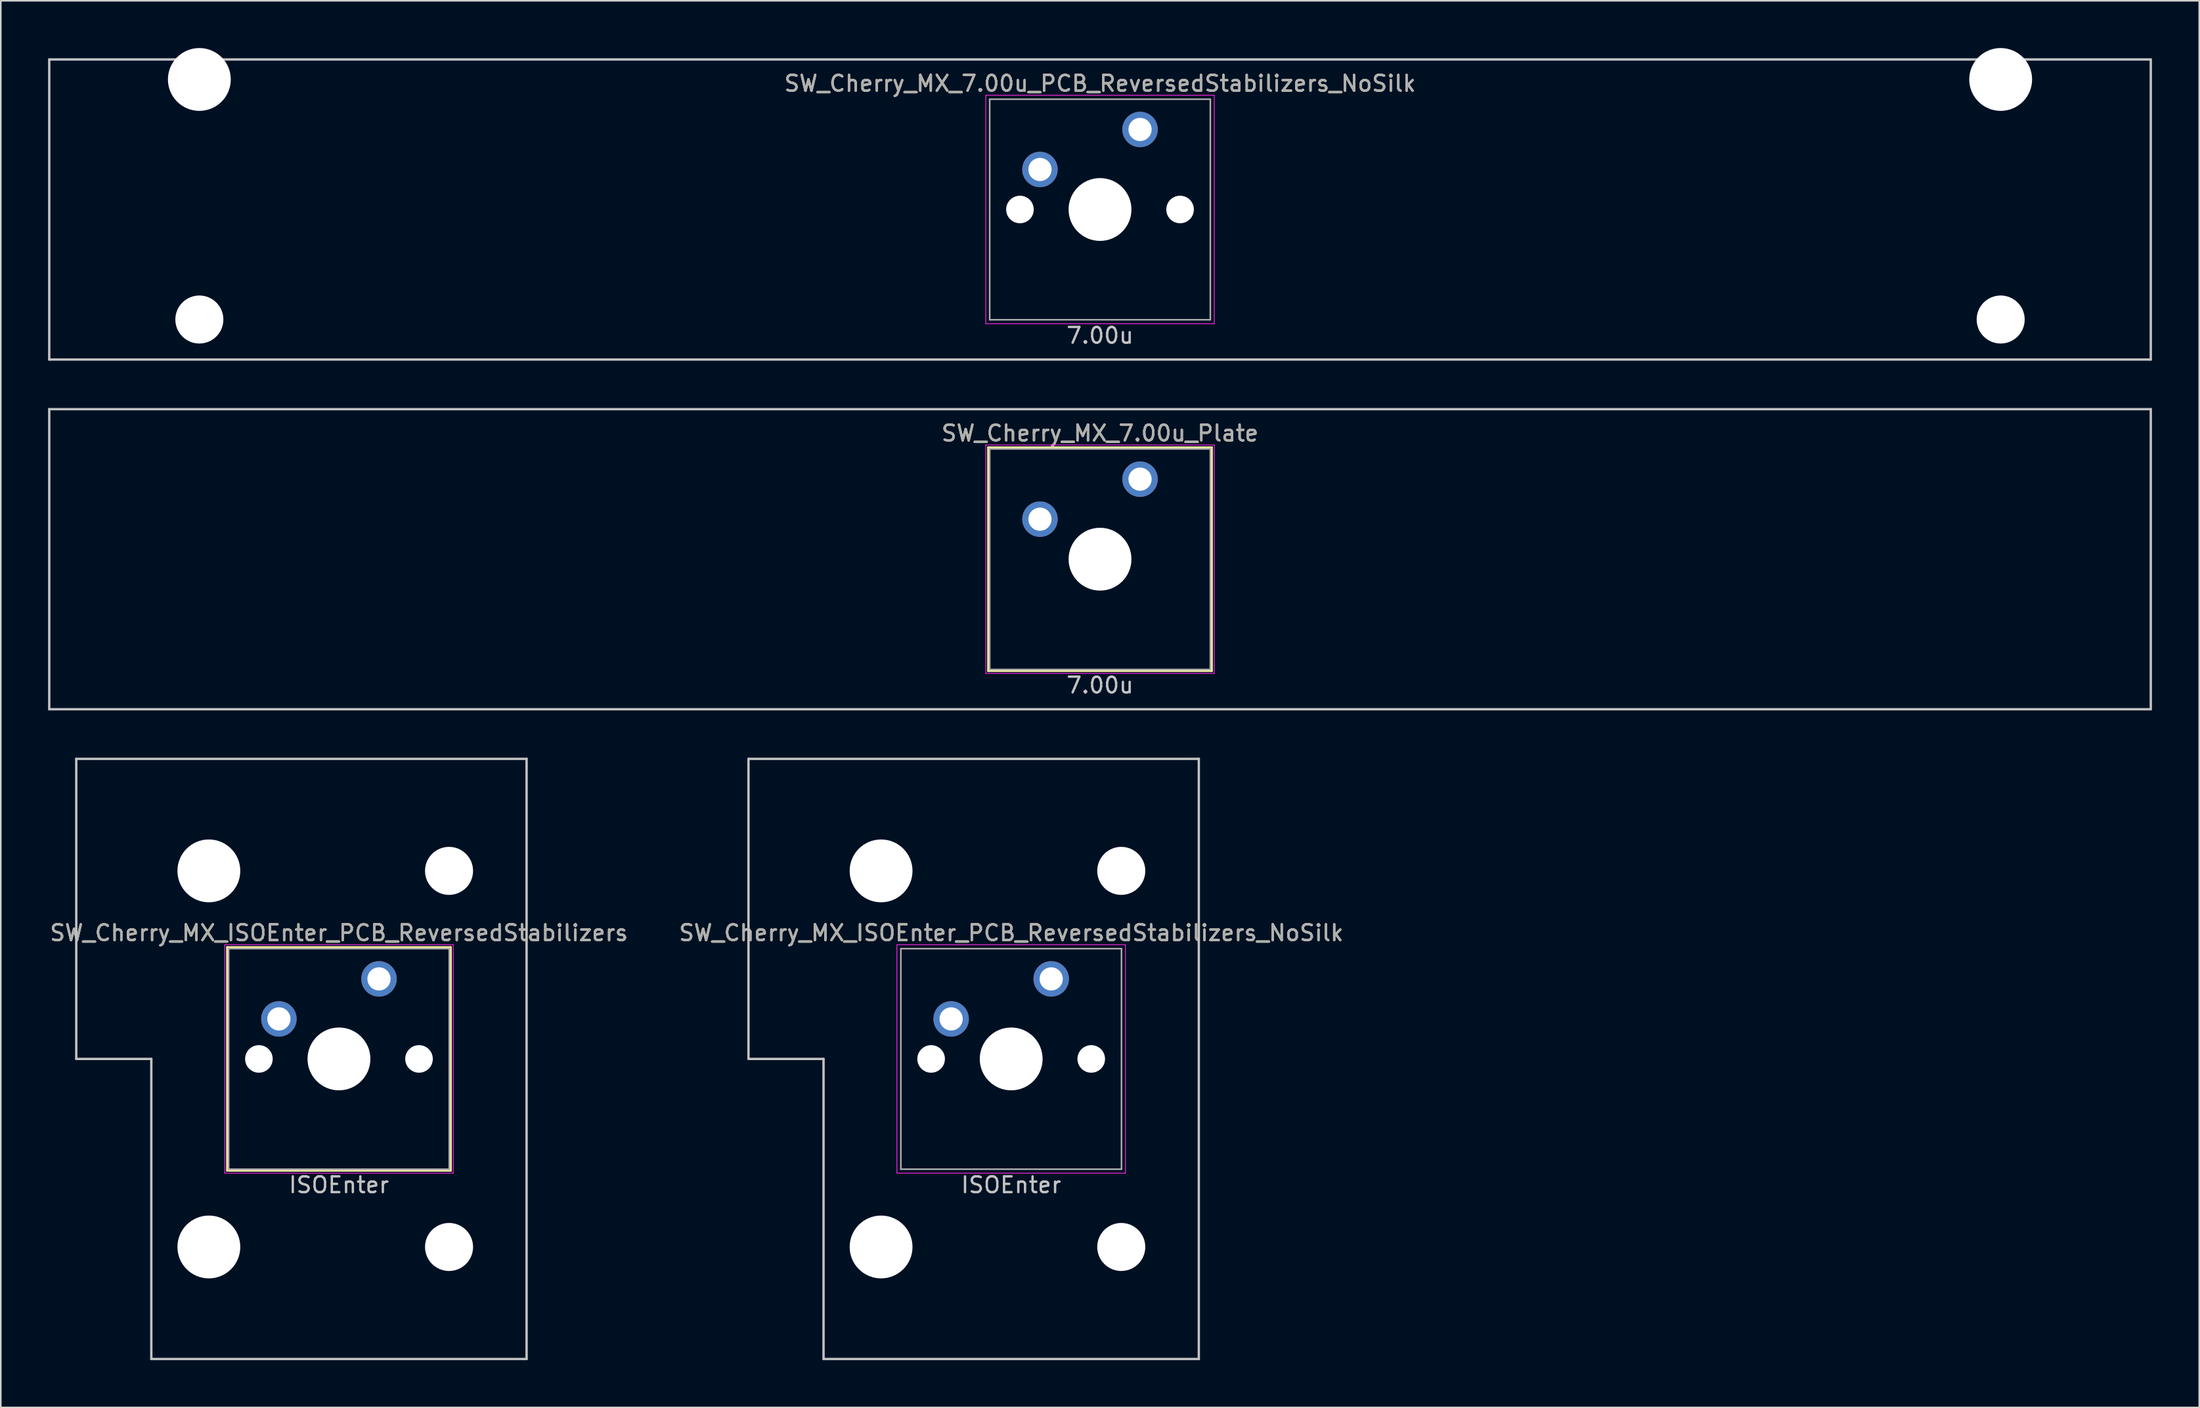
<source format=kicad_pcb>
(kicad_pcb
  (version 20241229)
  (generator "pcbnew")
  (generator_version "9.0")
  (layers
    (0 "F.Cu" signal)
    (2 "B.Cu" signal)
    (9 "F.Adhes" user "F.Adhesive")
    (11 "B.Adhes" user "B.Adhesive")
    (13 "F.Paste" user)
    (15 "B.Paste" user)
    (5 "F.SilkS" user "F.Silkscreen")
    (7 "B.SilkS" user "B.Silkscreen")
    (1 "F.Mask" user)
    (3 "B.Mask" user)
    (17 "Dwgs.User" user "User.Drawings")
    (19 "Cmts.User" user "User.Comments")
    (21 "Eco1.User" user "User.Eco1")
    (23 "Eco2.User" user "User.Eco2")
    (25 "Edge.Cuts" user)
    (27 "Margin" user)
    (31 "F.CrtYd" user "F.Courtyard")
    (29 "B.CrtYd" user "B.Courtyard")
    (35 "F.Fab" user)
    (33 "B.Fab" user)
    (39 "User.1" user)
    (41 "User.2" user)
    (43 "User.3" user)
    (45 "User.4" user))
  (footprint "SW_Cherry_MX_ISOEnter_PCB_ReversedStabilizers_NoSilk"
    (layer "F.Cu")
    (at 61.113 64.174)
    (property "Reference" "SW_Cherry_MX_ISOEnter_PCB_ReversedStabilizers_NoSilk" (at 0 -8 0) (layer "F.SilkS") (effects (font (size 1 1) (thickness 0.15))))
    (attr through_hole)
    (fp_line (start -16.669 -19.05) (end -16.669 0) (stroke (width 0.15) (type solid)) (layer "Dwgs.User"))
    (fp_line (start -16.669 -19.05) (end 11.906 -19.05) (stroke (width 0.15) (type solid)) (layer "Dwgs.User"))
    (fp_line (start -11.906 0) (end -16.669 0) (stroke (width 0.15) (type solid)) (layer "Dwgs.User"))
    (fp_line (start -11.906 19.05) (end -11.906 0) (stroke (width 0.15) (type solid)) (layer "Dwgs.User"))
    (fp_line (start -11.906 19.05) (end 11.906 19.05) (stroke (width 0.15) (type solid)) (layer "Dwgs.User"))
    (fp_line (start 11.906 -19.05) (end 11.906 19.05) (stroke (width 0.15) (type solid)) (layer "Dwgs.User"))
    (fp_line (start -7.25 -7.25) (end 7.25 -7.25) (stroke (width 0.05) (type solid)) (layer "F.CrtYd"))
    (fp_line (start -7.25 7.25) (end -7.25 -7.25) (stroke (width 0.05) (type solid)) (layer "F.CrtYd"))
    (fp_line (start 7.25 -7.25) (end 7.25 7.25) (stroke (width 0.05) (type solid)) (layer "F.CrtYd"))
    (fp_line (start 7.25 7.25) (end -7.25 7.25) (stroke (width 0.05) (type solid)) (layer "F.CrtYd"))
    (fp_line (start -7 -7) (end 7 -7) (stroke (width 0.1) (type solid)) (layer "F.Fab"))
    (fp_line (start -7 7) (end -7 -7) (stroke (width 0.1) (type solid)) (layer "F.Fab"))
    (fp_line (start 7 -7) (end 7 7) (stroke (width 0.1) (type solid)) (layer "F.Fab"))
    (fp_line (start 7 7) (end -7 7) (stroke (width 0.1) (type solid)) (layer "F.Fab"))
    (fp_text user "ISOEnter" (at 0 8 0) (layer "Dwgs.User") (effects (font (size 1 1) (thickness 0.15))))
    (fp_text user "${REFERENCE}" (at 0 -8 0) (layer "F.Fab") (effects (font (size 1 1) (thickness 0.15))))
    (pad "" np_thru_hole circle (at -8.255 -11.938) (size 3.988 3.988) (drill 3.988) (layers "*.Cu" "*.Mask"))
    (pad "" np_thru_hole circle (at -8.255 11.938) (size 3.988 3.988) (drill 3.988) (layers "*.Cu" "*.Mask"))
    (pad "" np_thru_hole circle (at -5.08 0 48.1) (size 1.75 1.75) (drill 1.75) (layers "*.Cu" "*.Mask"))
    (pad "" np_thru_hole circle (at 0 0) (size 3.988 3.988) (drill 3.988) (layers "*.Cu" "*.Mask"))
    (pad "" np_thru_hole circle (at 5.08 0 48.1) (size 1.75 1.75) (drill 1.75) (layers "*.Cu" "*.Mask"))
    (pad "" np_thru_hole circle (at 6.985 -11.938) (size 3.048 3.048) (drill 3.048) (layers "*.Cu" "*.Mask"))
    (pad "" np_thru_hole circle (at 6.985 11.938) (size 3.048 3.048) (drill 3.048) (layers "*.Cu" "*.Mask"))
    (pad "1" thru_hole circle (at -3.81 -2.54) (size 2.25 2.25) (drill 1.47) (layers "*.Cu" "B.Mask"))
    (pad "2" thru_hole circle (at 2.54 -5.08) (size 2.25 2.25) (drill 1.47) (layers "*.Cu" "B.Mask")))
  (footprint "SW_Cherry_MX_7.00u_Plate"
    (layer "F.Cu")
    (at 66.75 32.449)
    (property "Reference" "SW_Cherry_MX_7.00u_Plate" (at 0 -8 0) (layer "F.SilkS") (effects (font (size 1 1) (thickness 0.15))))
    (attr through_hole)
    (fp_line (start -7.1 -7.1) (end 7.1 -7.1) (stroke (width 0.12) (type solid)) (layer "F.SilkS"))
    (fp_line (start -7.1 7.1) (end -7.1 -7.1) (stroke (width 0.12) (type solid)) (layer "F.SilkS"))
    (fp_line (start 7.1 -7.1) (end 7.1 7.1) (stroke (width 0.12) (type solid)) (layer "F.SilkS"))
    (fp_line (start 7.1 7.1) (end -7.1 7.1) (stroke (width 0.12) (type solid)) (layer "F.SilkS"))
    (fp_line (start -66.675 -9.525) (end 66.675 -9.525) (stroke (width 0.15) (type solid)) (layer "Dwgs.User"))
    (fp_line (start -66.675 9.525) (end -66.675 -9.525) (stroke (width 0.15) (type solid)) (layer "Dwgs.User"))
    (fp_line (start -66.675 9.525) (end 66.675 9.525) (stroke (width 0.15) (type solid)) (layer "Dwgs.User"))
    (fp_line (start 66.675 -9.525) (end 66.675 9.525) (stroke (width 0.15) (type solid)) (layer "Dwgs.User"))
    (fp_line (start -7.25 -7.25) (end 7.25 -7.25) (stroke (width 0.05) (type solid)) (layer "F.CrtYd"))
    (fp_line (start -7.25 7.25) (end -7.25 -7.25) (stroke (width 0.05) (type solid)) (layer "F.CrtYd"))
    (fp_line (start 7.25 -7.25) (end 7.25 7.25) (stroke (width 0.05) (type solid)) (layer "F.CrtYd"))
    (fp_line (start 7.25 7.25) (end -7.25 7.25) (stroke (width 0.05) (type solid)) (layer "F.CrtYd"))
    (fp_line (start -7 -7) (end 7 -7) (stroke (width 0.1) (type solid)) (layer "F.Fab"))
    (fp_line (start -7 7) (end -7 -7) (stroke (width 0.1) (type solid)) (layer "F.Fab"))
    (fp_line (start 7 -7) (end 7 7) (stroke (width 0.1) (type solid)) (layer "F.Fab"))
    (fp_line (start 7 7) (end -7 7) (stroke (width 0.1) (type solid)) (layer "F.Fab"))
    (fp_text user "7.00u" (at 0 8 0) (layer "Dwgs.User") (effects (font (size 1 1) (thickness 0.15))))
    (fp_text user "${REFERENCE}" (at 0 -8 0) (layer "F.Fab") (effects (font (size 1 1) (thickness 0.15))))
    (pad "" np_thru_hole circle (at 0 0) (size 3.988 3.988) (drill 3.988) (layers "*.Cu" "*.Mask"))
    (pad "1" thru_hole circle (at -3.81 -2.54) (size 2.25 2.25) (drill 1.47) (layers "*.Cu" "B.Mask"))
    (pad "2" thru_hole circle (at 2.54 -5.08) (size 2.25 2.25) (drill 1.47) (layers "*.Cu" "B.Mask")))
  (footprint "SW_Cherry_MX_ISOEnter_PCB_ReversedStabilizers"
    (layer "F.Cu")
    (at 18.458 64.174)
    (property "Reference" "SW_Cherry_MX_ISOEnter_PCB_ReversedStabilizers" (at 0 -8 0) (layer "F.SilkS") (effects (font (size 1 1) (thickness 0.15))))
    (attr through_hole)
    (fp_line (start -7.1 -7.1) (end 7.1 -7.1) (stroke (width 0.12) (type solid)) (layer "F.SilkS"))
    (fp_line (start -7.1 7.1) (end -7.1 -7.1) (stroke (width 0.12) (type solid)) (layer "F.SilkS"))
    (fp_line (start 7.1 -7.1) (end 7.1 7.1) (stroke (width 0.12) (type solid)) (layer "F.SilkS"))
    (fp_line (start 7.1 7.1) (end -7.1 7.1) (stroke (width 0.12) (type solid)) (layer "F.SilkS"))
    (fp_line (start -16.669 -19.05) (end -16.669 0) (stroke (width 0.15) (type solid)) (layer "Dwgs.User"))
    (fp_line (start -16.669 -19.05) (end 11.906 -19.05) (stroke (width 0.15) (type solid)) (layer "Dwgs.User"))
    (fp_line (start -11.906 0) (end -16.669 0) (stroke (width 0.15) (type solid)) (layer "Dwgs.User"))
    (fp_line (start -11.906 19.05) (end -11.906 0) (stroke (width 0.15) (type solid)) (layer "Dwgs.User"))
    (fp_line (start -11.906 19.05) (end 11.906 19.05) (stroke (width 0.15) (type solid)) (layer "Dwgs.User"))
    (fp_line (start 11.906 -19.05) (end 11.906 19.05) (stroke (width 0.15) (type solid)) (layer "Dwgs.User"))
    (fp_line (start -7.25 -7.25) (end 7.25 -7.25) (stroke (width 0.05) (type solid)) (layer "F.CrtYd"))
    (fp_line (start -7.25 7.25) (end -7.25 -7.25) (stroke (width 0.05) (type solid)) (layer "F.CrtYd"))
    (fp_line (start 7.25 -7.25) (end 7.25 7.25) (stroke (width 0.05) (type solid)) (layer "F.CrtYd"))
    (fp_line (start 7.25 7.25) (end -7.25 7.25) (stroke (width 0.05) (type solid)) (layer "F.CrtYd"))
    (fp_line (start -7 -7) (end 7 -7) (stroke (width 0.1) (type solid)) (layer "F.Fab"))
    (fp_line (start -7 7) (end -7 -7) (stroke (width 0.1) (type solid)) (layer "F.Fab"))
    (fp_line (start 7 -7) (end 7 7) (stroke (width 0.1) (type solid)) (layer "F.Fab"))
    (fp_line (start 7 7) (end -7 7) (stroke (width 0.1) (type solid)) (layer "F.Fab"))
    (fp_text user "ISOEnter" (at 0 8 0) (layer "Dwgs.User") (effects (font (size 1 1) (thickness 0.15))))
    (fp_text user "${REFERENCE}" (at 0 -8 0) (layer "F.Fab") (effects (font (size 1 1) (thickness 0.15))))
    (pad "" np_thru_hole circle (at -8.255 -11.938) (size 3.988 3.988) (drill 3.988) (layers "*.Cu" "*.Mask"))
    (pad "" np_thru_hole circle (at -8.255 11.938) (size 3.988 3.988) (drill 3.988) (layers "*.Cu" "*.Mask"))
    (pad "" np_thru_hole circle (at -5.08 0 48.1) (size 1.75 1.75) (drill 1.75) (layers "*.Cu" "*.Mask"))
    (pad "" np_thru_hole circle (at 0 0) (size 3.988 3.988) (drill 3.988) (layers "*.Cu" "*.Mask"))
    (pad "" np_thru_hole circle (at 5.08 0 48.1) (size 1.75 1.75) (drill 1.75) (layers "*.Cu" "*.Mask"))
    (pad "" np_thru_hole circle (at 6.985 -11.938) (size 3.048 3.048) (drill 3.048) (layers "*.Cu" "*.Mask"))
    (pad "" np_thru_hole circle (at 6.985 11.938) (size 3.048 3.048) (drill 3.048) (layers "*.Cu" "*.Mask"))
    (pad "1" thru_hole circle (at -3.81 -2.54) (size 2.25 2.25) (drill 1.47) (layers "*.Cu" "B.Mask"))
    (pad "2" thru_hole circle (at 2.54 -5.08) (size 2.25 2.25) (drill 1.47) (layers "*.Cu" "B.Mask")))
  (footprint "SW_Cherry_MX_7.00u_PCB_ReversedStabilizers_NoSilk"
    (layer "F.Cu")
    (at 66.75 10.249)
    (property "Reference" "SW_Cherry_MX_7.00u_PCB_ReversedStabilizers_NoSilk" (at 0 -8 0) (layer "F.SilkS") (effects (font (size 1 1) (thickness 0.15))))
    (attr through_hole)
    (fp_line (start -66.675 -9.525) (end 66.675 -9.525) (stroke (width 0.15) (type solid)) (layer "Dwgs.User"))
    (fp_line (start -66.675 9.525) (end -66.675 -9.525) (stroke (width 0.15) (type solid)) (layer "Dwgs.User"))
    (fp_line (start -66.675 9.525) (end 66.675 9.525) (stroke (width 0.15) (type solid)) (layer "Dwgs.User"))
    (fp_line (start 66.675 -9.525) (end 66.675 9.525) (stroke (width 0.15) (type solid)) (layer "Dwgs.User"))
    (fp_line (start -7.25 -7.25) (end 7.25 -7.25) (stroke (width 0.05) (type solid)) (layer "F.CrtYd"))
    (fp_line (start -7.25 7.25) (end -7.25 -7.25) (stroke (width 0.05) (type solid)) (layer "F.CrtYd"))
    (fp_line (start 7.25 -7.25) (end 7.25 7.25) (stroke (width 0.05) (type solid)) (layer "F.CrtYd"))
    (fp_line (start 7.25 7.25) (end -7.25 7.25) (stroke (width 0.05) (type solid)) (layer "F.CrtYd"))
    (fp_line (start -7 -7) (end 7 -7) (stroke (width 0.1) (type solid)) (layer "F.Fab"))
    (fp_line (start -7 7) (end -7 -7) (stroke (width 0.1) (type solid)) (layer "F.Fab"))
    (fp_line (start 7 -7) (end 7 7) (stroke (width 0.1) (type solid)) (layer "F.Fab"))
    (fp_line (start 7 7) (end -7 7) (stroke (width 0.1) (type solid)) (layer "F.Fab"))
    (fp_text user "7.00u" (at 0 8 0) (layer "Dwgs.User") (effects (font (size 1 1) (thickness 0.15))))
    (fp_text user "${REFERENCE}" (at 0 -8 0) (layer "F.Fab") (effects (font (size 1 1) (thickness 0.15))))
    (pad "" np_thru_hole circle (at -57.15 -8.255) (size 3.988 3.988) (drill 3.988) (layers "*.Cu" "*.Mask"))
    (pad "" np_thru_hole circle (at -57.15 6.985) (size 3.048 3.048) (drill 3.048) (layers "*.Cu" "*.Mask"))
    (pad "" np_thru_hole circle (at -5.08 0 48.1) (size 1.75 1.75) (drill 1.75) (layers "*.Cu" "*.Mask"))
    (pad "" np_thru_hole circle (at 0 0) (size 3.988 3.988) (drill 3.988) (layers "*.Cu" "*.Mask"))
    (pad "" np_thru_hole circle (at 5.08 0 48.1) (size 1.75 1.75) (drill 1.75) (layers "*.Cu" "*.Mask"))
    (pad "" np_thru_hole circle (at 57.15 -8.255) (size 3.988 3.988) (drill 3.988) (layers "*.Cu" "*.Mask"))
    (pad "" np_thru_hole circle (at 57.15 6.985) (size 3.048 3.048) (drill 3.048) (layers "*.Cu" "*.Mask"))
    (pad "1" thru_hole circle (at -3.81 -2.54) (size 2.25 2.25) (drill 1.47) (layers "*.Cu" "B.Mask"))
    (pad "2" thru_hole circle (at 2.54 -5.08) (size 2.25 2.25) (drill 1.47) (layers "*.Cu" "B.Mask")))
  (gr_rect
    (start -3 -3)
    (end 136.5 86.299)
    (stroke (width 0.1) (type default))
    (fill no)
    (layer "Edge.Cuts")))
</source>
